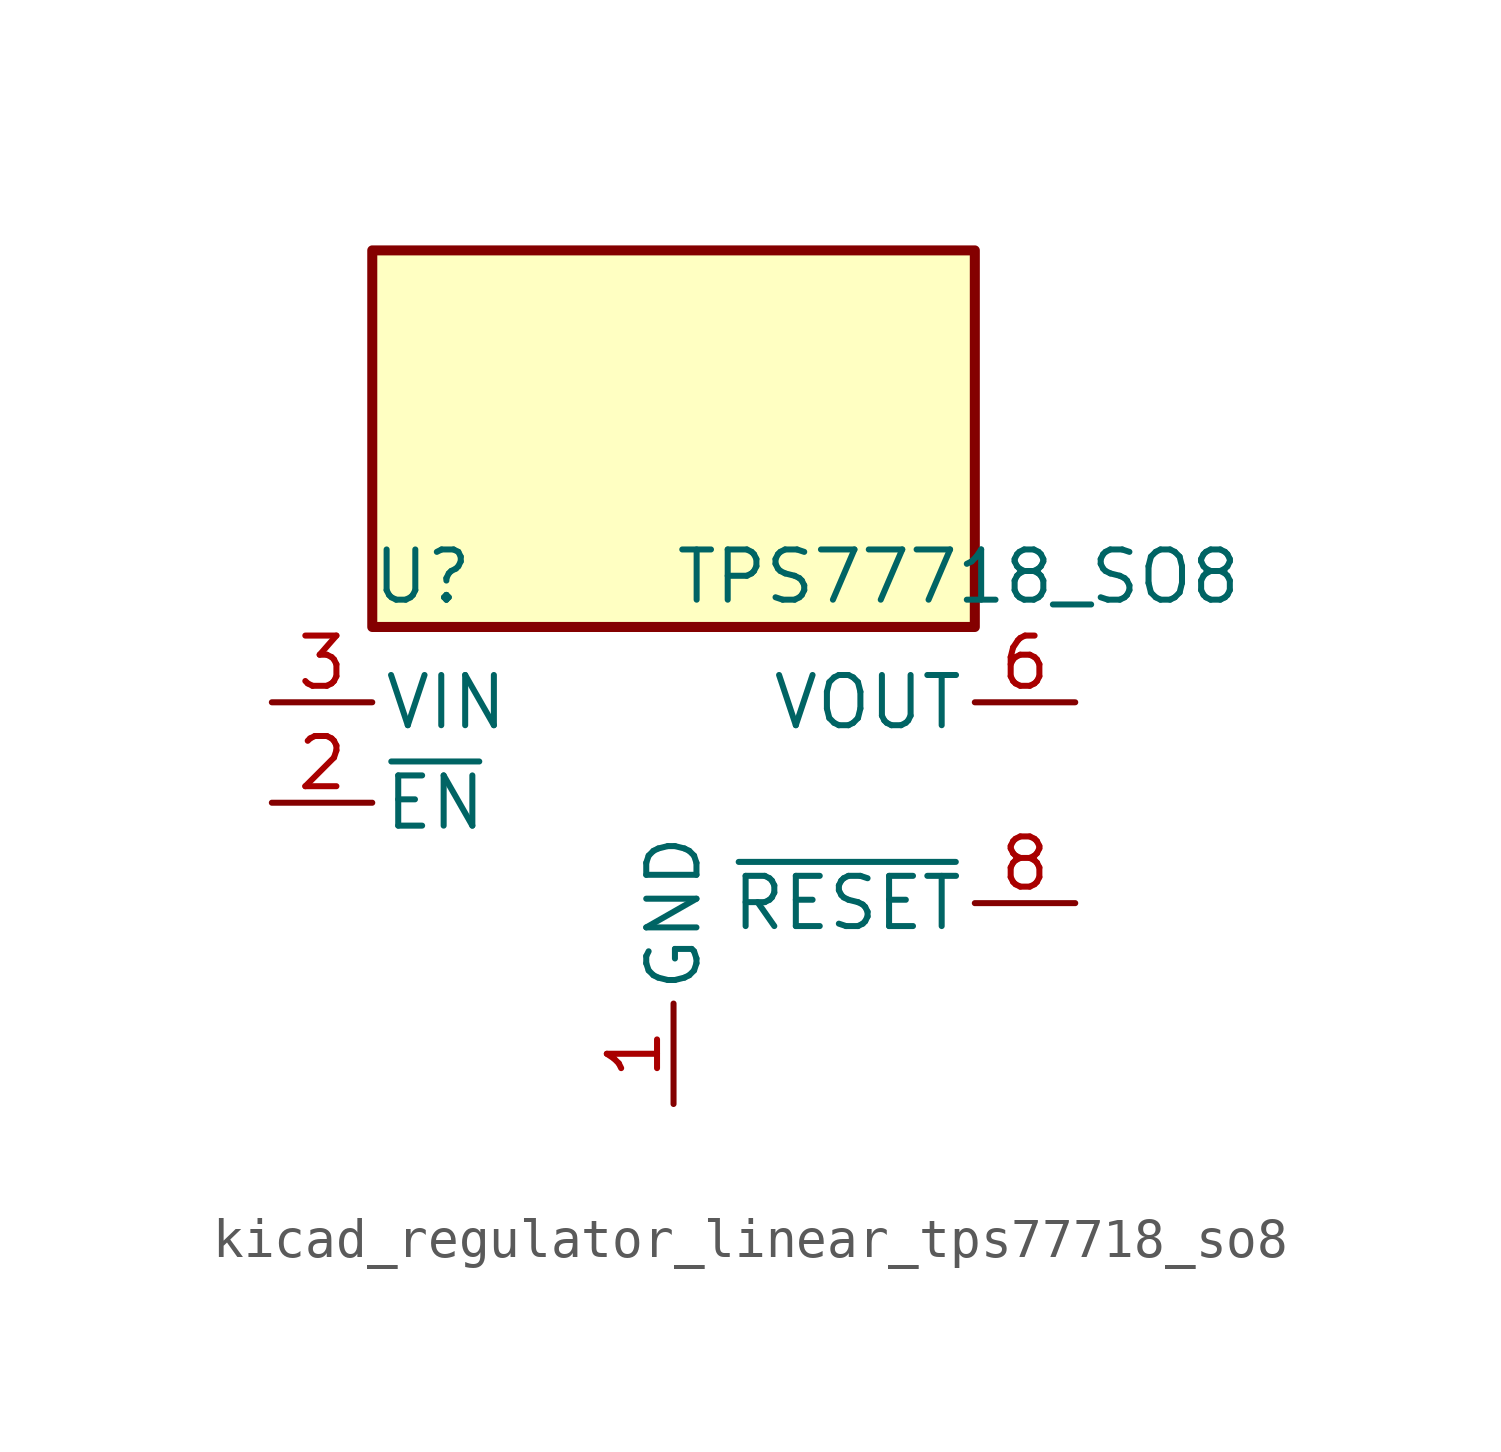
<source format=kicad_sym>
(kicad_symbol_lib
  (version 20220914)
  (generator kicad_symbol_editor)
  (symbol "kicad_regulator_linear_tps77718_so8"
    (pin_names
      (offset 0.254))
    (property "Reference" "U"
      (at -6.35 5.715 0)
      (effects (font (size 1.27 1.27))))
    (property "Value" "TPS77718_SO8"
      (at 0 5.715 0)
      (effects (font (size 1.27 1.27)) (justify left)))
    (symbol "kicad_regulator_linear_tps77718_so8_0_1"
      (rectangle (start 7.62 13.97) (end -7.62 4.445) (stroke (width 0.254) (type default)) (fill (type background))))
    (symbol "kicad_regulator_linear_tps77718_so8_1_1"
      (pin power_in line (at 0 -7.62 90) (length 2.54) (name "GND" (effects (font (size 1.27 1.27)))) (number "1" (effects (font (size 1.27 1.27)))))
      (pin input line (at -10.16 0 0) (length 2.54) (name "~{EN}" (effects (font (size 1.27 1.27)))) (number "2" (effects (font (size 1.27 1.27)))))
      (pin power_in line (at -10.16 2.54 0) (length 2.54) (name "VIN" (effects (font (size 1.27 1.27)))) (number "3" (effects (font (size 1.27 1.27)))))
      (pin passive line (at -10.16 2.54 0) (length 2.54) hide (name "VIN" (effects (font (size 1.27 1.27)))) (number "4" (effects (font (size 1.27 1.27)))))
      (pin passive line (at 10.16 2.54 180) (length 2.54) hide (name "VOUT" (effects (font (size 1.27 1.27)))) (number "5" (effects (font (size 1.27 1.27)))))
      (pin power_out line (at 10.16 2.54 180) (length 2.54) (name "VOUT" (effects (font (size 1.27 1.27)))) (number "6" (effects (font (size 1.27 1.27)))))
      (pin no_connect line (at 7.62 0 180) (length 2.54) hide (name "NC" (effects (font (size 1.27 1.27)))) (number "7" (effects (font (size 1.27 1.27)))))
      (pin open_collector line (at 10.16 -2.54 180) (length 2.54) (name "~{RESET}" (effects (font (size 1.27 1.27)))) (number "8" (effects (font (size 1.27 1.27))))))))
</source>
